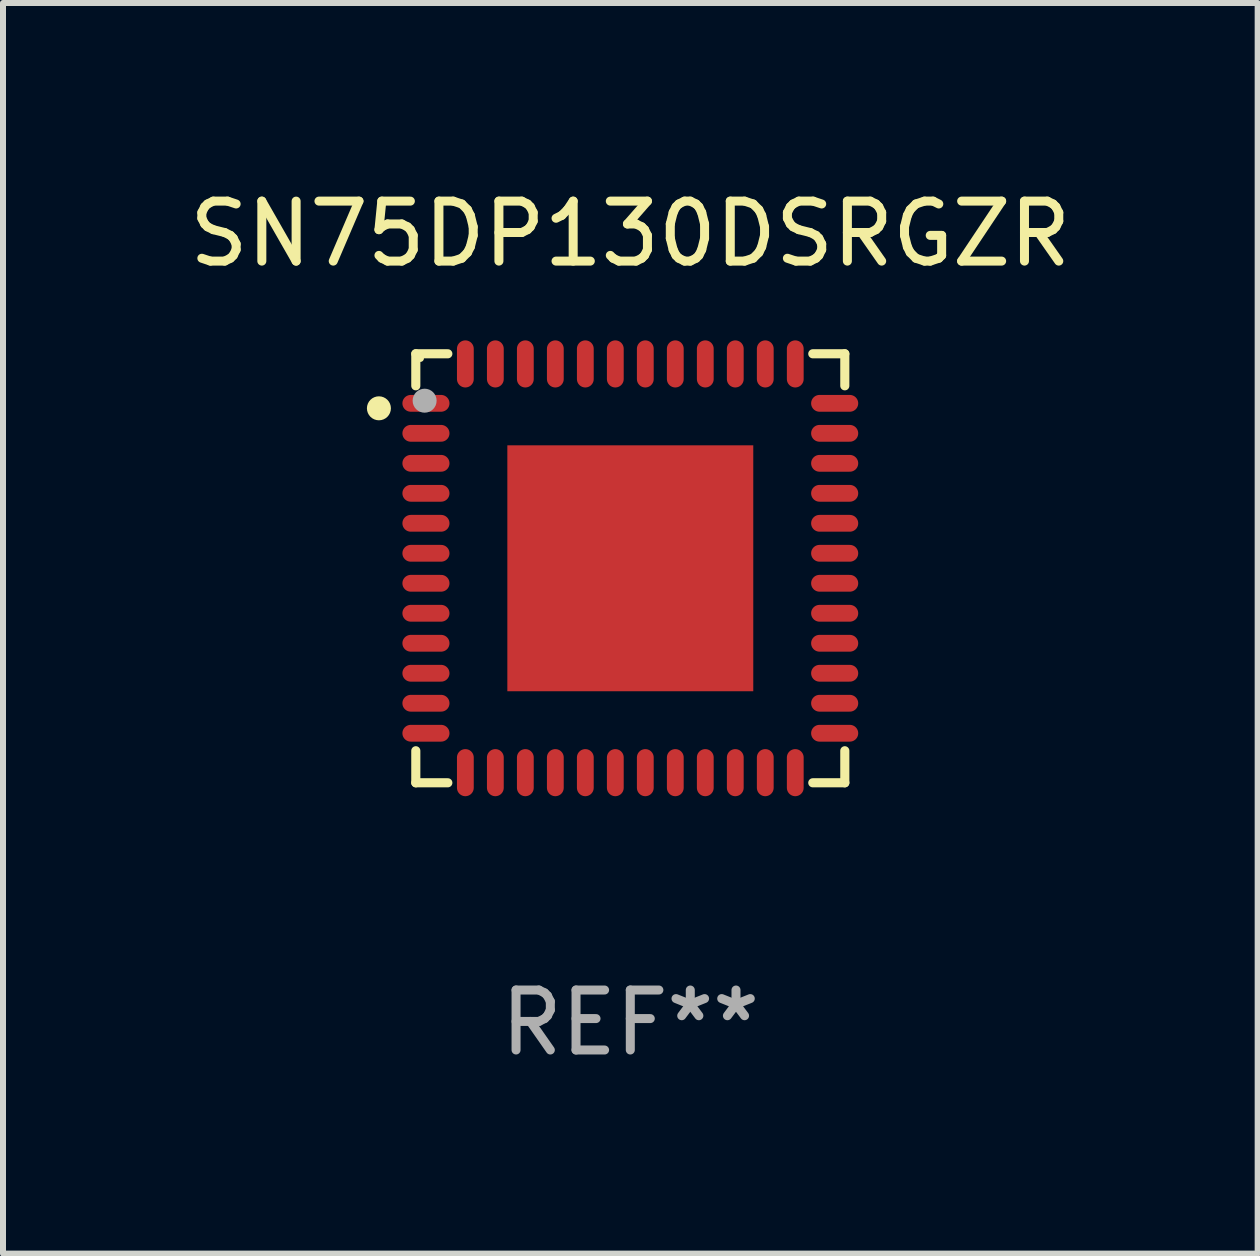
<source format=kicad_pcb>
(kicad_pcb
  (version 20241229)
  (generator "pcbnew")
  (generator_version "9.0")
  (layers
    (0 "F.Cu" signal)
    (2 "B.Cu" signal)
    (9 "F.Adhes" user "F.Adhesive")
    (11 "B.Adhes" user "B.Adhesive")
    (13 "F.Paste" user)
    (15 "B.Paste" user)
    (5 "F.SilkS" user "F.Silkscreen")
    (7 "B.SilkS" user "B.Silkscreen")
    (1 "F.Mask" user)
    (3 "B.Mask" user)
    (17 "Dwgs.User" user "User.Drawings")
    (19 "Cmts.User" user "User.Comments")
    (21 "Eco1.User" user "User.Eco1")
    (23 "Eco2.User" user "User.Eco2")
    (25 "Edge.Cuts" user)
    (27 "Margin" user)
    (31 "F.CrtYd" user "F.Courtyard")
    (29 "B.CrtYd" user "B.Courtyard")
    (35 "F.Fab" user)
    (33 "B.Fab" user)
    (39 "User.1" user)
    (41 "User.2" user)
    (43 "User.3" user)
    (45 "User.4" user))
  (footprint "SN75DP130DSRGZR"
    (layer "F.Cu")
    (at 7.458 6.424)
    (property "Reference" "SN75DP130DSRGZR" (at 0 -5.576 0) (layer "F.SilkS") (effects (font (size 1 1) (thickness 0.15))))
    (attr through_hole)
    (fp_line (start -3.576 -3.576) (end -3.042 -3.576) (stroke (width 0.152) (type solid)) (layer "F.SilkS"))
    (fp_line (start -3.576 -3.042) (end -3.576 -3.576) (stroke (width 0.152) (type solid)) (layer "F.SilkS"))
    (fp_line (start -3.576 3.042) (end -3.576 3.576) (stroke (width 0.152) (type solid)) (layer "F.SilkS"))
    (fp_line (start -3.576 3.576) (end -3.042 3.576) (stroke (width 0.152) (type solid)) (layer "F.SilkS"))
    (fp_line (start 3.576 -3.576) (end 3.042 -3.576) (stroke (width 0.152) (type solid)) (layer "F.SilkS"))
    (fp_line (start 3.576 -3.042) (end 3.576 -3.576) (stroke (width 0.152) (type solid)) (layer "F.SilkS"))
    (fp_line (start 3.576 3.042) (end 3.576 3.576) (stroke (width 0.152) (type solid)) (layer "F.SilkS"))
    (fp_line (start 3.576 3.576) (end 3.042 3.576) (stroke (width 0.152) (type solid)) (layer "F.SilkS"))
    (fp_circle (center -4.191 -2.667) (end -4.091 -2.667) (stroke (width 0.2) (type solid)) (fill no) (layer "F.SilkS"))
    (fp_circle (center -3.5 -3.5) (end -3.47 -3.5) (stroke (width 0.06) (type solid)) (fill no) (layer "F.SilkS"))
    (fp_circle (center -3.429 -2.794) (end -3.329 -2.794) (stroke (width 0.2) (type solid)) (fill no) (layer "F.Fab"))
    (fp_text user "REF**" (at 0 7.576 0) (layer "F.Fab") (effects (font (size 1 1) (thickness 0.15))))
    (pad "1" smd oval (at -3.407 -2.75) (size 0.785 0.28) (layers "F.Cu" "F.Mask" "F.Paste"))
    (pad "2" smd oval (at -3.407 -2.25) (size 0.785 0.28) (layers "F.Cu" "F.Mask" "F.Paste"))
    (pad "3" smd oval (at -3.407 -1.75) (size 0.785 0.28) (layers "F.Cu" "F.Mask" "F.Paste"))
    (pad "4" smd oval (at -3.407 -1.25) (size 0.785 0.28) (layers "F.Cu" "F.Mask" "F.Paste"))
    (pad "5" smd oval (at -3.407 -0.75) (size 0.785 0.28) (layers "F.Cu" "F.Mask" "F.Paste"))
    (pad "6" smd oval (at -3.407 -0.25) (size 0.785 0.28) (layers "F.Cu" "F.Mask" "F.Paste"))
    (pad "7" smd oval (at -3.407 0.25) (size 0.785 0.28) (layers "F.Cu" "F.Mask" "F.Paste"))
    (pad "8" smd oval (at -3.407 0.75) (size 0.785 0.28) (layers "F.Cu" "F.Mask" "F.Paste"))
    (pad "9" smd oval (at -3.407 1.25) (size 0.785 0.28) (layers "F.Cu" "F.Mask" "F.Paste"))
    (pad "10" smd oval (at -3.407 1.75) (size 0.785 0.28) (layers "F.Cu" "F.Mask" "F.Paste"))
    (pad "11" smd oval (at -3.407 2.25) (size 0.785 0.28) (layers "F.Cu" "F.Mask" "F.Paste"))
    (pad "12" smd oval (at -3.407 2.75) (size 0.785 0.28) (layers "F.Cu" "F.Mask" "F.Paste"))
    (pad "13" smd oval (at -2.75 3.407) (size 0.28 0.785) (layers "F.Cu" "F.Mask" "F.Paste"))
    (pad "14" smd oval (at -2.25 3.407) (size 0.28 0.785) (layers "F.Cu" "F.Mask" "F.Paste"))
    (pad "15" smd oval (at -1.75 3.407) (size 0.28 0.785) (layers "F.Cu" "F.Mask" "F.Paste"))
    (pad "16" smd oval (at -1.25 3.407) (size 0.28 0.785) (layers "F.Cu" "F.Mask" "F.Paste"))
    (pad "17" smd oval (at -0.75 3.407) (size 0.28 0.785) (layers "F.Cu" "F.Mask" "F.Paste"))
    (pad "18" smd oval (at -0.25 3.407) (size 0.28 0.785) (layers "F.Cu" "F.Mask" "F.Paste"))
    (pad "19" smd oval (at 0.25 3.407) (size 0.28 0.785) (layers "F.Cu" "F.Mask" "F.Paste"))
    (pad "20" smd oval (at 0.75 3.407) (size 0.28 0.785) (layers "F.Cu" "F.Mask" "F.Paste"))
    (pad "21" smd oval (at 1.25 3.407) (size 0.28 0.785) (layers "F.Cu" "F.Mask" "F.Paste"))
    (pad "22" smd oval (at 1.75 3.407) (size 0.28 0.785) (layers "F.Cu" "F.Mask" "F.Paste"))
    (pad "23" smd oval (at 2.25 3.407) (size 0.28 0.785) (layers "F.Cu" "F.Mask" "F.Paste"))
    (pad "24" smd oval (at 2.75 3.407) (size 0.28 0.785) (layers "F.Cu" "F.Mask" "F.Paste"))
    (pad "25" smd oval (at 3.407 2.75) (size 0.785 0.28) (layers "F.Cu" "F.Mask" "F.Paste"))
    (pad "26" smd oval (at 3.407 2.25) (size 0.785 0.28) (layers "F.Cu" "F.Mask" "F.Paste"))
    (pad "27" smd oval (at 3.407 1.75) (size 0.785 0.28) (layers "F.Cu" "F.Mask" "F.Paste"))
    (pad "28" smd oval (at 3.407 1.25) (size 0.785 0.28) (layers "F.Cu" "F.Mask" "F.Paste"))
    (pad "29" smd oval (at 3.407 0.75) (size 0.785 0.28) (layers "F.Cu" "F.Mask" "F.Paste"))
    (pad "30" smd oval (at 3.407 0.25) (size 0.785 0.28) (layers "F.Cu" "F.Mask" "F.Paste"))
    (pad "31" smd oval (at 3.407 -0.25) (size 0.785 0.28) (layers "F.Cu" "F.Mask" "F.Paste"))
    (pad "32" smd oval (at 3.407 -0.75) (size 0.785 0.28) (layers "F.Cu" "F.Mask" "F.Paste"))
    (pad "33" smd oval (at 3.407 -1.25) (size 0.785 0.28) (layers "F.Cu" "F.Mask" "F.Paste"))
    (pad "34" smd oval (at 3.407 -1.75) (size 0.785 0.28) (layers "F.Cu" "F.Mask" "F.Paste"))
    (pad "35" smd oval (at 3.407 -2.25) (size 0.785 0.28) (layers "F.Cu" "F.Mask" "F.Paste"))
    (pad "36" smd oval (at 3.407 -2.75) (size 0.785 0.28) (layers "F.Cu" "F.Mask" "F.Paste"))
    (pad "37" smd oval (at 2.75 -3.407) (size 0.28 0.785) (layers "F.Cu" "F.Mask" "F.Paste"))
    (pad "38" smd oval (at 2.25 -3.407) (size 0.28 0.785) (layers "F.Cu" "F.Mask" "F.Paste"))
    (pad "39" smd oval (at 1.75 -3.407) (size 0.28 0.785) (layers "F.Cu" "F.Mask" "F.Paste"))
    (pad "40" smd oval (at 1.25 -3.407) (size 0.28 0.785) (layers "F.Cu" "F.Mask" "F.Paste"))
    (pad "41" smd oval (at 0.75 -3.407) (size 0.28 0.785) (layers "F.Cu" "F.Mask" "F.Paste"))
    (pad "42" smd oval (at 0.25 -3.407) (size 0.28 0.785) (layers "F.Cu" "F.Mask" "F.Paste"))
    (pad "43" smd oval (at -0.25 -3.407) (size 0.28 0.785) (layers "F.Cu" "F.Mask" "F.Paste"))
    (pad "44" smd oval (at -0.75 -3.407) (size 0.28 0.785) (layers "F.Cu" "F.Mask" "F.Paste"))
    (pad "45" smd oval (at -1.25 -3.407) (size 0.28 0.785) (layers "F.Cu" "F.Mask" "F.Paste"))
    (pad "46" smd oval (at -1.75 -3.407) (size 0.28 0.785) (layers "F.Cu" "F.Mask" "F.Paste"))
    (pad "47" smd oval (at -2.25 -3.407) (size 0.28 0.785) (layers "F.Cu" "F.Mask" "F.Paste"))
    (pad "48" smd oval (at -2.75 -3.407) (size 0.28 0.785) (layers "F.Cu" "F.Mask" "F.Paste"))
    (pad "49" smd rect (at 0 0) (size 4.1 4.1) (layers "F.Cu" "F.Mask" "F.Paste")))
  (gr_rect
    (start -3 -3)
    (end 17.917 17.849)
    (stroke (width 0.1) (type default))
    (fill no)
    (layer "Edge.Cuts")))
</source>
